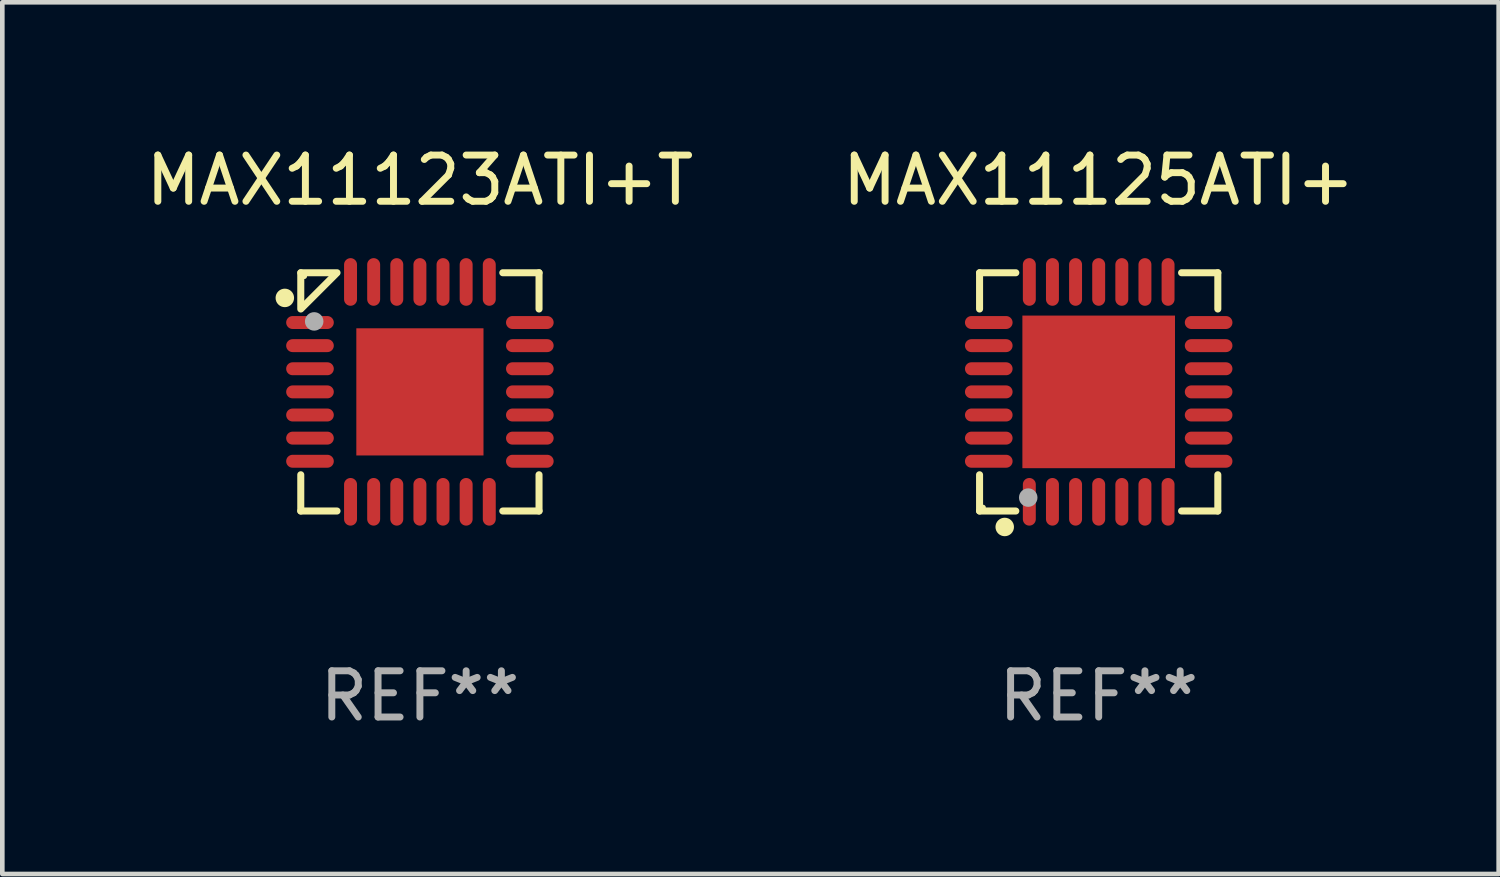
<source format=kicad_pcb>
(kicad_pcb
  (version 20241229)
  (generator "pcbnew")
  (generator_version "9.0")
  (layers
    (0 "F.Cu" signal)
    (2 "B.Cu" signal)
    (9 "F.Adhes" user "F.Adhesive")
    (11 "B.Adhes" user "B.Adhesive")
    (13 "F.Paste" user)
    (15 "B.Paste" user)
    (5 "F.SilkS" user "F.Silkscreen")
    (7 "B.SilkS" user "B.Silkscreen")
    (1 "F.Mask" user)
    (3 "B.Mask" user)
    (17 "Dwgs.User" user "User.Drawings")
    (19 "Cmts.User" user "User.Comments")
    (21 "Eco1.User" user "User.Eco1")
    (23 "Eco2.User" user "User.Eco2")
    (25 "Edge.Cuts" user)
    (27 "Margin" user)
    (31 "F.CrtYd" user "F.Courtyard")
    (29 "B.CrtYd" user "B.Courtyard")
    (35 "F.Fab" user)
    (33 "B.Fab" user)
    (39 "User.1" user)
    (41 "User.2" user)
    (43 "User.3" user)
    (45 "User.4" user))
  (footprint "MAX11123ATI+T"
    (layer "F.Cu")
    (at 6.03 5.424)
    (property "Reference" "MAX11123ATI+T" (at 0 -4.576 0) (layer "F.SilkS") (effects (font (size 1 1) (thickness 0.15))))
    (attr through_hole)
    (fp_line (start -2.576 -2.576) (end -1.792 -2.576) (stroke (width 0.152) (type solid)) (layer "F.SilkS"))
    (fp_line (start -2.576 -1.792) (end -2.576 -2.576) (stroke (width 0.152) (type solid)) (layer "F.SilkS"))
    (fp_line (start -2.576 1.792) (end -2.576 2.576) (stroke (width 0.152) (type solid)) (layer "F.SilkS"))
    (fp_line (start -2.576 2.576) (end -1.792 2.576) (stroke (width 0.152) (type solid)) (layer "F.SilkS"))
    (fp_line (start -1.819 -2.549) (end -2.549 -1.819) (stroke (width 0.152) (type solid)) (layer "F.SilkS"))
    (fp_line (start 2.576 -2.576) (end 1.792 -2.576) (stroke (width 0.152) (type solid)) (layer "F.SilkS"))
    (fp_line (start 2.576 -1.792) (end 2.576 -2.576) (stroke (width 0.152) (type solid)) (layer "F.SilkS"))
    (fp_line (start 2.576 1.792) (end 2.576 2.576) (stroke (width 0.152) (type solid)) (layer "F.SilkS"))
    (fp_line (start 2.576 2.576) (end 1.792 2.576) (stroke (width 0.152) (type solid)) (layer "F.SilkS"))
    (fp_circle (center -2.921 -2.032) (end -2.821 -2.032) (stroke (width 0.2) (type solid)) (fill no) (layer "F.SilkS"))
    (fp_circle (center -2.5 -2.5) (end -2.47 -2.5) (stroke (width 0.06) (type solid)) (fill no) (layer "F.SilkS"))
    (fp_circle (center -2.286 -1.524) (end -2.186 -1.524) (stroke (width 0.2) (type solid)) (fill no) (layer "F.Fab"))
    (fp_text user "REF**" (at 0 6.576 0) (layer "F.Fab") (effects (font (size 1 1) (thickness 0.15))))
    (pad "1" smd oval (at -2.377 -1.5) (size 1.03 0.28) (layers "F.Cu" "F.Mask" "F.Paste"))
    (pad "2" smd oval (at -2.377 -1) (size 1.03 0.28) (layers "F.Cu" "F.Mask" "F.Paste"))
    (pad "3" smd oval (at -2.377 -0.5) (size 1.03 0.28) (layers "F.Cu" "F.Mask" "F.Paste"))
    (pad "4" smd oval (at -2.377 0) (size 1.03 0.28) (layers "F.Cu" "F.Mask" "F.Paste"))
    (pad "5" smd oval (at -2.377 0.5) (size 1.03 0.28) (layers "F.Cu" "F.Mask" "F.Paste"))
    (pad "6" smd oval (at -2.377 1) (size 1.03 0.28) (layers "F.Cu" "F.Mask" "F.Paste"))
    (pad "7" smd oval (at -2.377 1.5) (size 1.03 0.28) (layers "F.Cu" "F.Mask" "F.Paste"))
    (pad "8" smd oval (at -1.5 2.377) (size 0.28 1.03) (layers "F.Cu" "F.Mask" "F.Paste"))
    (pad "9" smd oval (at -1 2.377) (size 0.28 1.03) (layers "F.Cu" "F.Mask" "F.Paste"))
    (pad "10" smd oval (at -0.5 2.377) (size 0.28 1.03) (layers "F.Cu" "F.Mask" "F.Paste"))
    (pad "11" smd oval (at 0 2.377) (size 0.28 1.03) (layers "F.Cu" "F.Mask" "F.Paste"))
    (pad "12" smd oval (at 0.5 2.377) (size 0.28 1.03) (layers "F.Cu" "F.Mask" "F.Paste"))
    (pad "13" smd oval (at 1 2.377) (size 0.28 1.03) (layers "F.Cu" "F.Mask" "F.Paste"))
    (pad "14" smd oval (at 1.5 2.377) (size 0.28 1.03) (layers "F.Cu" "F.Mask" "F.Paste"))
    (pad "15" smd oval (at 2.377 1.5) (size 1.03 0.28) (layers "F.Cu" "F.Mask" "F.Paste"))
    (pad "16" smd oval (at 2.377 1) (size 1.03 0.28) (layers "F.Cu" "F.Mask" "F.Paste"))
    (pad "17" smd oval (at 2.377 0.5) (size 1.03 0.28) (layers "F.Cu" "F.Mask" "F.Paste"))
    (pad "18" smd oval (at 2.377 0) (size 1.03 0.28) (layers "F.Cu" "F.Mask" "F.Paste"))
    (pad "19" smd oval (at 2.377 -0.5) (size 1.03 0.28) (layers "F.Cu" "F.Mask" "F.Paste"))
    (pad "20" smd oval (at 2.377 -1) (size 1.03 0.28) (layers "F.Cu" "F.Mask" "F.Paste"))
    (pad "21" smd oval (at 2.377 -1.5) (size 1.03 0.28) (layers "F.Cu" "F.Mask" "F.Paste"))
    (pad "22" smd oval (at 1.5 -2.377) (size 0.28 1.03) (layers "F.Cu" "F.Mask" "F.Paste"))
    (pad "23" smd oval (at 1 -2.377) (size 0.28 1.03) (layers "F.Cu" "F.Mask" "F.Paste"))
    (pad "24" smd oval (at 0.5 -2.377) (size 0.28 1.03) (layers "F.Cu" "F.Mask" "F.Paste"))
    (pad "25" smd oval (at 0 -2.377) (size 0.28 1.03) (layers "F.Cu" "F.Mask" "F.Paste"))
    (pad "26" smd oval (at -0.5 -2.377) (size 0.28 1.03) (layers "F.Cu" "F.Mask" "F.Paste"))
    (pad "27" smd oval (at -1 -2.377) (size 0.28 1.03) (layers "F.Cu" "F.Mask" "F.Paste"))
    (pad "28" smd oval (at -1.5 -2.377) (size 0.28 1.03) (layers "F.Cu" "F.Mask" "F.Paste"))
    (pad "29" smd rect (at 0 0) (size 2.75 2.75) (layers "F.Cu" "F.Mask" "F.Paste")))
  (footprint "MAX11125ATI+"
    (layer "F.Cu")
    (at 20.708 5.424)
    (property "Reference" "MAX11125ATI+" (at 0 -4.576 0) (layer "F.SilkS") (effects (font (size 1 1) (thickness 0.15))))
    (attr through_hole)
    (fp_line (start -2.576 -2.576) (end -2.576 -1.792) (stroke (width 0.152) (type solid)) (layer "F.SilkS"))
    (fp_line (start -2.576 1.792) (end -2.576 2.576) (stroke (width 0.152) (type solid)) (layer "F.SilkS"))
    (fp_line (start -2.576 2.576) (end -1.792 2.576) (stroke (width 0.152) (type solid)) (layer "F.SilkS"))
    (fp_line (start -1.792 -2.576) (end -2.576 -2.576) (stroke (width 0.152) (type solid)) (layer "F.SilkS"))
    (fp_line (start 1.792 -2.576) (end 2.576 -2.576) (stroke (width 0.152) (type solid)) (layer "F.SilkS"))
    (fp_line (start 1.792 2.576) (end 2.576 2.576) (stroke (width 0.152) (type solid)) (layer "F.SilkS"))
    (fp_line (start 2.576 -2.576) (end 2.576 -1.792) (stroke (width 0.152) (type solid)) (layer "F.SilkS"))
    (fp_line (start 2.576 2.576) (end 2.576 1.792) (stroke (width 0.152) (type solid)) (layer "F.SilkS"))
    (fp_circle (center -2.5 2.5) (end -2.47 2.5) (stroke (width 0.06) (type solid)) (fill no) (layer "F.SilkS"))
    (fp_circle (center -2.032 2.921) (end -1.932 2.921) (stroke (width 0.2) (type solid)) (fill no) (layer "F.SilkS"))
    (fp_circle (center -1.524 2.286) (end -1.424 2.286) (stroke (width 0.2) (type solid)) (fill no) (layer "F.Fab"))
    (fp_text user "REF**" (at 0 6.576 0) (layer "F.Fab") (effects (font (size 1 1) (thickness 0.15))))
    (pad "1" smd oval (at -1.5 2.377 90) (size 1.03 0.28) (layers "F.Cu" "F.Mask" "F.Paste"))
    (pad "2" smd oval (at -1 2.377 90) (size 1.03 0.28) (layers "F.Cu" "F.Mask" "F.Paste"))
    (pad "3" smd oval (at -0.5 2.377 90) (size 1.03 0.28) (layers "F.Cu" "F.Mask" "F.Paste"))
    (pad "4" smd oval (at -0.000051 2.377 90) (size 1.03 0.28) (layers "F.Cu" "F.Mask" "F.Paste"))
    (pad "5" smd oval (at 0.5 2.377 90) (size 1.03 0.28) (layers "F.Cu" "F.Mask" "F.Paste"))
    (pad "6" smd oval (at 1 2.377 90) (size 1.03 0.28) (layers "F.Cu" "F.Mask" "F.Paste"))
    (pad "7" smd oval (at 1.5 2.377 90) (size 1.03 0.28) (layers "F.Cu" "F.Mask" "F.Paste"))
    (pad "8" smd oval (at 2.377 1.5 90) (size 0.28 1.03) (layers "F.Cu" "F.Mask" "F.Paste"))
    (pad "9" smd oval (at 2.377 1 90) (size 0.28 1.03) (layers "F.Cu" "F.Mask" "F.Paste"))
    (pad "10" smd oval (at 2.377 0.5 90) (size 0.28 1.03) (layers "F.Cu" "F.Mask" "F.Paste"))
    (pad "11" smd oval (at 2.377 -0.000051 90) (size 0.28 1.03) (layers "F.Cu" "F.Mask" "F.Paste"))
    (pad "12" smd oval (at 2.377 -0.5 90) (size 0.28 1.03) (layers "F.Cu" "F.Mask" "F.Paste"))
    (pad "13" smd oval (at 2.377 -1 90) (size 0.28 1.03) (layers "F.Cu" "F.Mask" "F.Paste"))
    (pad "14" smd oval (at 2.377 -1.5 90) (size 0.28 1.03) (layers "F.Cu" "F.Mask" "F.Paste"))
    (pad "15" smd oval (at 1.5 -2.377 90) (size 1.03 0.28) (layers "F.Cu" "F.Mask" "F.Paste"))
    (pad "16" smd oval (at 1 -2.377 90) (size 1.03 0.28) (layers "F.Cu" "F.Mask" "F.Paste"))
    (pad "17" smd oval (at 0.5 -2.377 90) (size 1.03 0.28) (layers "F.Cu" "F.Mask" "F.Paste"))
    (pad "18" smd oval (at -0.000051 -2.377 90) (size 1.03 0.28) (layers "F.Cu" "F.Mask" "F.Paste"))
    (pad "19" smd oval (at -0.5 -2.377 90) (size 1.03 0.28) (layers "F.Cu" "F.Mask" "F.Paste"))
    (pad "20" smd oval (at -1 -2.377 90) (size 1.03 0.28) (layers "F.Cu" "F.Mask" "F.Paste"))
    (pad "21" smd oval (at -1.5 -2.377 90) (size 1.03 0.28) (layers "F.Cu" "F.Mask" "F.Paste"))
    (pad "22" smd oval (at -2.377 -1.5 90) (size 0.28 1.03) (layers "F.Cu" "F.Mask" "F.Paste"))
    (pad "23" smd oval (at -2.377 -1 90) (size 0.28 1.03) (layers "F.Cu" "F.Mask" "F.Paste"))
    (pad "24" smd oval (at -2.377 -0.5 90) (size 0.28 1.03) (layers "F.Cu" "F.Mask" "F.Paste"))
    (pad "25" smd oval (at -2.377 -0.000051 90) (size 0.28 1.03) (layers "F.Cu" "F.Mask" "F.Paste"))
    (pad "26" smd oval (at -2.377 0.5 90) (size 0.28 1.03) (layers "F.Cu" "F.Mask" "F.Paste"))
    (pad "27" smd oval (at -2.377 1 90) (size 0.28 1.03) (layers "F.Cu" "F.Mask" "F.Paste"))
    (pad "28" smd oval (at -2.377 1.5 90) (size 0.28 1.03) (layers "F.Cu" "F.Mask" "F.Paste"))
    (pad "29" smd rect (at -0.000051 -0.000051 90) (size 3.3 3.3) (layers "F.Cu" "F.Mask" "F.Paste")))
  (gr_rect
    (start -3 -3)
    (end 29.357 15.849)
    (stroke (width 0.1) (type default))
    (fill no)
    (layer "Edge.Cuts")))
</source>
